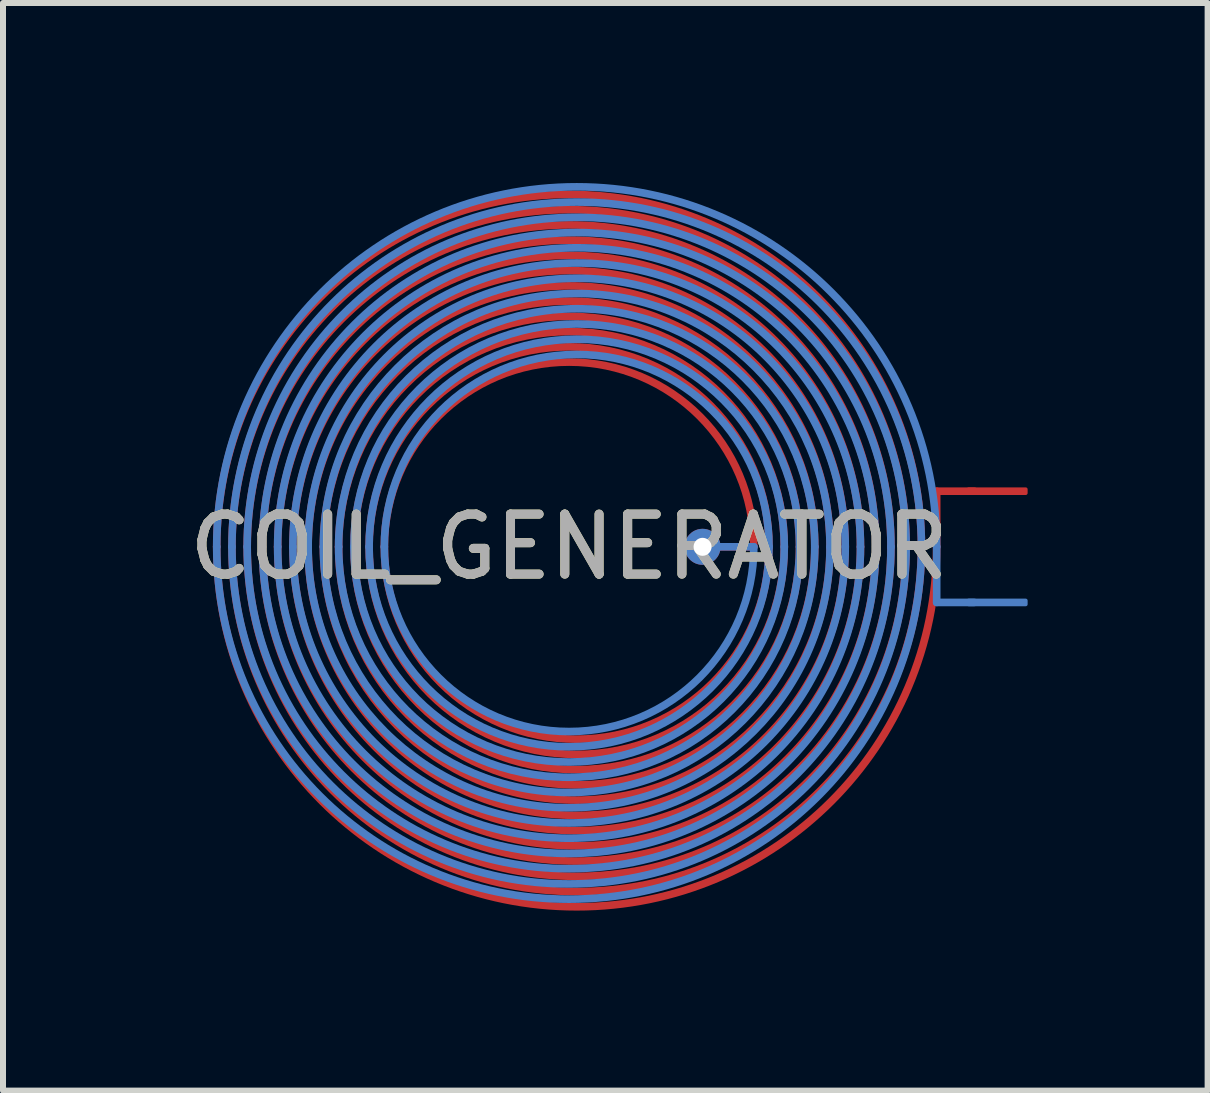
<source format=kicad_pcb>
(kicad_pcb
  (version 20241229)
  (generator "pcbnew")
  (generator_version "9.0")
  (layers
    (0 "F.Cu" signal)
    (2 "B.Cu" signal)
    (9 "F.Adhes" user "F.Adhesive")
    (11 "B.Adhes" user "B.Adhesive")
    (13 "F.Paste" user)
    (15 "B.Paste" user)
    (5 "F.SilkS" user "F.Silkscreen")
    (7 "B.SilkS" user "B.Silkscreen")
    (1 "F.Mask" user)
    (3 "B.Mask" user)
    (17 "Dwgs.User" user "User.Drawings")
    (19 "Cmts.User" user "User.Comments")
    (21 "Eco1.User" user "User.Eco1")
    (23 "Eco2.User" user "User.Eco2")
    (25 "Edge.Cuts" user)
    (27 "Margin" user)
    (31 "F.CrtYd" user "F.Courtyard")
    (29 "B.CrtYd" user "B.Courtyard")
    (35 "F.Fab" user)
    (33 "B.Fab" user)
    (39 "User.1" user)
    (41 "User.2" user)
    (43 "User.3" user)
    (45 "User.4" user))
  (footprint "COIL_GENERATOR"
    (layer "F.Cu")
    (at 6.435 6.064)
    (property "Reference" "COIL_GENERATOR" (at 0 0 0) (unlocked yes) (layer "F.SilkS") (effects (font (size 1 1) (thickness 0.15))))
    (attr smd exclude_from_pos_files exclude_from_bom allow_missing_courtyard)
    (fp_line (start 3.079 0) (end 2.225 0) (stroke (width 0.127) (type default)) (layer "F.Cu"))
    (fp_line (start 6.127 -0.927) (end 6.754 -0.927) (stroke (width 0.127) (type default)) (layer "F.Cu"))
    (fp_line (start 6.127 0) (end 6.127 -0.927) (stroke (width 0.127) (type default)) (layer "F.Cu"))
    (fp_arc (start -5.873 0) (mid 0 -5.873) (end 5.873 0) (stroke (width 0.127) (type default)) (layer "F.Cu"))
    (fp_arc (start -5.619 0) (mid 0 -5.619) (end 5.619 0) (stroke (width 0.127) (type default)) (layer "F.Cu"))
    (fp_arc (start -5.365 0) (mid 0 -5.365) (end 5.365 0) (stroke (width 0.127) (type default)) (layer "F.Cu"))
    (fp_arc (start -5.111 0) (mid 0 -5.111) (end 5.111 0) (stroke (width 0.127) (type default)) (layer "F.Cu"))
    (fp_arc (start -4.857 0) (mid 0 -4.857) (end 4.857 0) (stroke (width 0.127) (type default)) (layer "F.Cu"))
    (fp_arc (start -4.603 0) (mid 0 -4.603) (end 4.603 0) (stroke (width 0.127) (type default)) (layer "F.Cu"))
    (fp_arc (start -4.349 0) (mid 0 -4.349) (end 4.349 0) (stroke (width 0.127) (type default)) (layer "F.Cu"))
    (fp_arc (start -4.095 0) (mid 0 -4.095) (end 4.095 0) (stroke (width 0.127) (type default)) (layer "F.Cu"))
    (fp_arc (start -3.841 0) (mid 0 -3.841) (end 3.841 0) (stroke (width 0.127) (type default)) (layer "F.Cu"))
    (fp_arc (start -3.587 0) (mid 0 -3.587) (end 3.587 0) (stroke (width 0.127) (type default)) (layer "F.Cu"))
    (fp_arc (start -3.333 0) (mid 0 -3.333) (end 3.333 0) (stroke (width 0.127) (type default)) (layer "F.Cu"))
    (fp_arc (start -3.079 0) (mid 0 -3.079) (end 3.079 0) (stroke (width 0.127) (type default)) (layer "F.Cu"))
    (fp_arc (start 3.333 0) (mid 0.127 3.206) (end -3.079 0) (stroke (width 0.127) (type default)) (layer "F.Cu"))
    (fp_arc (start 3.587 0) (mid 0.127 3.46) (end -3.333 0) (stroke (width 0.127) (type default)) (layer "F.Cu"))
    (fp_arc (start 3.841 0) (mid 0.127 3.714) (end -3.587 0) (stroke (width 0.127) (type default)) (layer "F.Cu"))
    (fp_arc (start 4.095 0) (mid 0.127 3.968) (end -3.841 0) (stroke (width 0.127) (type default)) (layer "F.Cu"))
    (fp_arc (start 4.349 0) (mid 0.127 4.222) (end -4.095 0) (stroke (width 0.127) (type default)) (layer "F.Cu"))
    (fp_arc (start 4.603 0) (mid 0.127 4.476) (end -4.349 0) (stroke (width 0.127) (type default)) (layer "F.Cu"))
    (fp_arc (start 4.857 0) (mid 0.127 4.73) (end -4.603 0) (stroke (width 0.127) (type default)) (layer "F.Cu"))
    (fp_arc (start 5.111 0) (mid 0.127 4.984) (end -4.857 0) (stroke (width 0.127) (type default)) (layer "F.Cu"))
    (fp_arc (start 5.365 0) (mid 0.127 5.238) (end -5.111 0) (stroke (width 0.127) (type default)) (layer "F.Cu"))
    (fp_arc (start 5.619 0) (mid 0.127 5.492) (end -5.365 0) (stroke (width 0.127) (type default)) (layer "F.Cu"))
    (fp_arc (start 5.873 0) (mid 0.127 5.746) (end -5.619 0) (stroke (width 0.127) (type default)) (layer "F.Cu"))
    (fp_arc (start 6.127 0) (mid 0.127 6) (end -5.873 0) (stroke (width 0.127) (type default)) (layer "F.Cu"))
    (fp_line (start 3.079 0) (end 2.225 0) (stroke (width 0.127) (type default)) (layer "B.Cu"))
    (fp_line (start 6.127 0) (end 6.127 0.927) (stroke (width 0.127) (type default)) (layer "B.Cu"))
    (fp_line (start 6.127 0.927) (end 6.754 0.927) (stroke (width 0.127) (type default)) (layer "B.Cu"))
    (fp_arc (start -5.873 0) (mid 0.127 -6) (end 6.127 0) (stroke (width 0.127) (type default)) (layer "B.Cu"))
    (fp_arc (start -5.619 0) (mid 0.127 -5.746) (end 5.873 0) (stroke (width 0.127) (type default)) (layer "B.Cu"))
    (fp_arc (start -5.365 0) (mid 0.127 -5.492) (end 5.619 0) (stroke (width 0.127) (type default)) (layer "B.Cu"))
    (fp_arc (start -5.111 0) (mid 0.127 -5.238) (end 5.365 0) (stroke (width 0.127) (type default)) (layer "B.Cu"))
    (fp_arc (start -4.857 0) (mid 0.127 -4.984) (end 5.111 0) (stroke (width 0.127) (type default)) (layer "B.Cu"))
    (fp_arc (start -4.603 0) (mid 0.127 -4.73) (end 4.857 0) (stroke (width 0.127) (type default)) (layer "B.Cu"))
    (fp_arc (start -4.349 0) (mid 0.127 -4.476) (end 4.603 0) (stroke (width 0.127) (type default)) (layer "B.Cu"))
    (fp_arc (start -4.095 0) (mid 0.127 -4.222) (end 4.349 0) (stroke (width 0.127) (type default)) (layer "B.Cu"))
    (fp_arc (start -3.841 0) (mid 0.127 -3.968) (end 4.095 0) (stroke (width 0.127) (type default)) (layer "B.Cu"))
    (fp_arc (start -3.587 0) (mid 0.127 -3.714) (end 3.841 0) (stroke (width 0.127) (type default)) (layer "B.Cu"))
    (fp_arc (start -3.333 0) (mid 0.127 -3.46) (end 3.587 0) (stroke (width 0.127) (type default)) (layer "B.Cu"))
    (fp_arc (start -3.079 0) (mid 0.127 -3.206) (end 3.333 0) (stroke (width 0.127) (type default)) (layer "B.Cu"))
    (fp_arc (start 3.079 0) (mid 0 3.079) (end -3.079 0) (stroke (width 0.127) (type default)) (layer "B.Cu"))
    (fp_arc (start 3.333 0) (mid 0 3.333) (end -3.333 0) (stroke (width 0.127) (type default)) (layer "B.Cu"))
    (fp_arc (start 3.587 0) (mid 0 3.587) (end -3.587 0) (stroke (width 0.127) (type default)) (layer "B.Cu"))
    (fp_arc (start 3.841 0) (mid 0 3.841) (end -3.841 0) (stroke (width 0.127) (type default)) (layer "B.Cu"))
    (fp_arc (start 4.095 0) (mid 0 4.095) (end -4.095 0) (stroke (width 0.127) (type default)) (layer "B.Cu"))
    (fp_arc (start 4.349 0) (mid 0 4.349) (end -4.349 0) (stroke (width 0.127) (type default)) (layer "B.Cu"))
    (fp_arc (start 4.603 0) (mid 0 4.603) (end -4.603 0) (stroke (width 0.127) (type default)) (layer "B.Cu"))
    (fp_arc (start 4.857 0) (mid 0 4.857) (end -4.857 0) (stroke (width 0.127) (type default)) (layer "B.Cu"))
    (fp_arc (start 5.111 0) (mid 0 5.111) (end -5.111 0) (stroke (width 0.127) (type default)) (layer "B.Cu"))
    (fp_arc (start 5.365 0) (mid 0 5.365) (end -5.365 0) (stroke (width 0.127) (type default)) (layer "B.Cu"))
    (fp_arc (start 5.619 0) (mid 0 5.619) (end -5.619 0) (stroke (width 0.127) (type default)) (layer "B.Cu"))
    (fp_arc (start 5.873 0) (mid 0 5.873) (end -5.873 0) (stroke (width 0.127) (type default)) (layer "B.Cu"))
    (fp_text user "${REFERENCE}" (at 0 0 0) (unlocked yes) (layer "F.Fab") (effects (font (size 1 1) (thickness 0.15))))
    (pad "0" thru_hole circle (at 2.225 0) (size 0.6 0.6) (drill 0.3) (layers "*.Cu") (remove_unused_layers yes) (keep_end_layers yes) (zone_layer_connections))
    (pad "1" smd roundrect (at 7.135 -0.927) (size 1.016 0.127) (layers "F.Cu") (roundrect_rratio 0.25))
    (pad "2" smd roundrect (at 7.135 0.927) (size 1.016 0.127) (layers "B.Cu") (roundrect_rratio 0.25)))
  (gr_rect
    (start -3 -3)
    (end 17.078 15.127)
    (stroke (width 0.1) (type default))
    (fill no)
    (layer "Edge.Cuts")))
</source>
